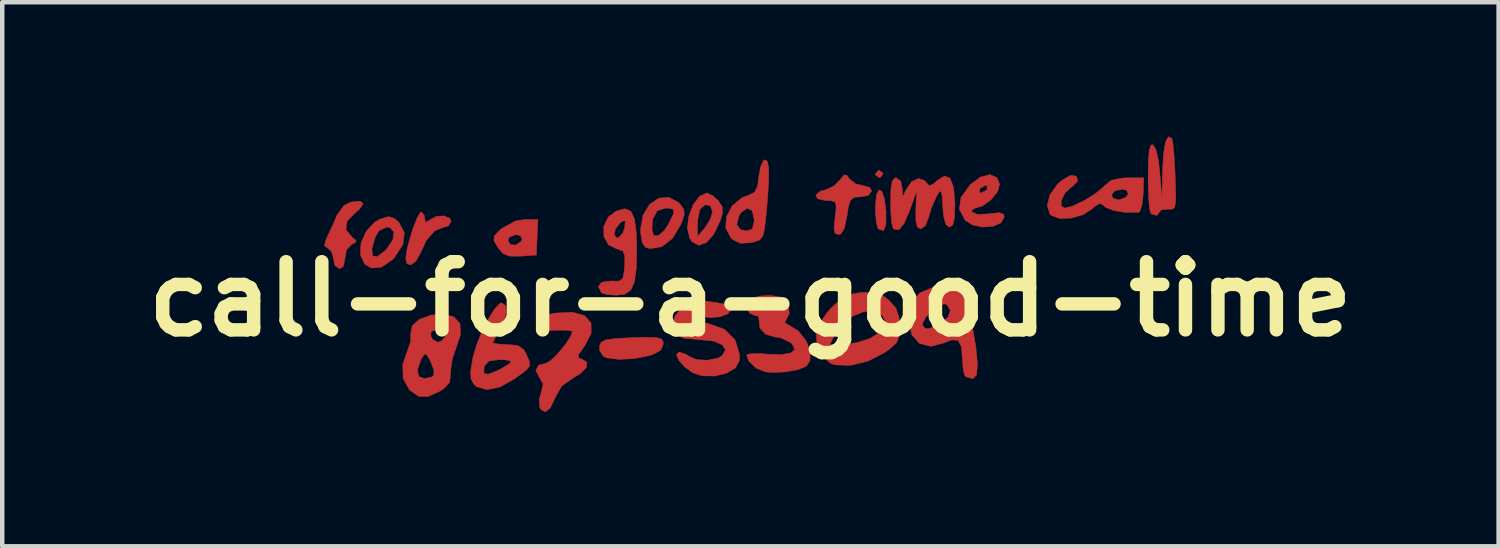
<source format=kicad_pcb>
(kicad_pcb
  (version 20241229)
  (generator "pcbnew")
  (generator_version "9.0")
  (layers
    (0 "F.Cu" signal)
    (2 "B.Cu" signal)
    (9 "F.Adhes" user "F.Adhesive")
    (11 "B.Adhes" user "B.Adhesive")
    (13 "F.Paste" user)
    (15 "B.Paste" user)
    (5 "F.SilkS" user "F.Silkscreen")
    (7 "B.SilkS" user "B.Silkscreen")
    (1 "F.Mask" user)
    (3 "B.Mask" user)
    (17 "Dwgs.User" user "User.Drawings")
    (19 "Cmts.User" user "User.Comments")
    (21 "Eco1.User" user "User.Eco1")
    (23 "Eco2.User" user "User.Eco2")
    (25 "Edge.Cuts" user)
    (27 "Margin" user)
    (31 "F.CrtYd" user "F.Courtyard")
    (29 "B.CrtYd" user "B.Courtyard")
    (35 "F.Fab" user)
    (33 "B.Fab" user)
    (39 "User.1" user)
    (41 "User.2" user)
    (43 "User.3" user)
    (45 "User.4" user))
  (footprint "call-for-a-good-time"
    (layer "F.Cu")
    (at 13.723 3.634)
    (property "Reference" "call-for-a-good-time" (at 0 0 0) (layer "F.SilkS") (effects (font (size 1.524 1.524) (thickness 0.3))))
    (attr through_hole)
    (fp_poly (pts (xy 2.961 -2.814) (xy 2.963 -2.794) (xy 2.899 -2.712) (xy 2.879 -2.709) (xy 2.796 -2.774) (xy 2.794 -2.794) (xy 2.858 -2.876) (xy 2.879 -2.879) (xy 2.961 -2.814)) (stroke (width 0.01) (type solid)) (fill yes) (layer "F.Cu"))
    (fp_poly (pts (xy 2.936 -2.41) (xy 2.996 -2.239) (xy 3.031 -1.962) (xy 3.029 -1.666) (xy 2.978 -1.531) (xy 2.877 -1.556) (xy 2.85 -1.58) (xy 2.818 -1.692) (xy 2.797 -1.911) (xy 2.794 -2.053) (xy 2.816 -2.324) (xy 2.869 -2.441) (xy 2.936 -2.41)) (stroke (width 0.01) (type solid)) (fill yes) (layer "F.Cu"))
    (fp_poly (pts (xy -2.095 0.863) (xy -1.989 0.893) (xy -1.951 0.954) (xy -1.947 1.009) (xy -2.003 1.144) (xy -2.189 1.243) (xy -2.265 1.266) (xy -2.608 1.332) (xy -2.942 1.349) (xy -3.204 1.316) (xy -3.289 1.28) (xy -3.371 1.146) (xy -3.373 1.048) (xy -3.337 0.968) (xy -3.243 0.917) (xy -3.056 0.887) (xy -2.743 0.868) (xy -2.645 0.864) (xy -2.302 0.855) (xy -2.095 0.863)) (stroke (width 0.01) (type solid)) (fill yes) (layer "F.Cu"))
    (fp_poly (pts (xy -7.293 -1.878) (xy -7.281 -1.803) (xy -7.258 -1.71) (xy -7.18 -1.761) (xy -7.025 -1.845) (xy -6.848 -1.858) (xy -6.717 -1.803) (xy -6.689 -1.736) (xy -6.758 -1.63) (xy -6.845 -1.609) (xy -7.053 -1.529) (xy -7.244 -1.309) (xy -7.373 -1.032) (xy -7.472 -0.853) (xy -7.586 -0.766) (xy -7.677 -0.789) (xy -7.705 -0.897) (xy -7.68 -1.082) (xy -7.619 -1.329) (xy -7.537 -1.588) (xy -7.452 -1.807) (xy -7.381 -1.934) (xy -7.36 -1.947) (xy -7.293 -1.878)) (stroke (width 0.01) (type solid)) (fill yes) (layer "F.Cu"))
    (fp_poly (pts (xy -4.767 -1.38) (xy -4.784 -0.982) (xy -5.142 -0.958) (xy -5.387 -0.959) (xy -5.536 -1.021) (xy -5.646 -1.155) (xy -5.733 -1.306) (xy -5.419 -1.306) (xy -5.361 -1.214) (xy -5.238 -1.209) (xy -5.125 -1.287) (xy -5.101 -1.333) (xy -5.14 -1.419) (xy -5.242 -1.439) (xy -5.388 -1.386) (xy -5.419 -1.306) (xy -5.733 -1.306) (xy -5.734 -1.309) (xy -5.724 -1.413) (xy -5.601 -1.54) (xy -5.558 -1.577) (xy -5.251 -1.745) (xy -5.037 -1.778) (xy -4.749 -1.778) (xy -4.767 -1.38)) (stroke (width 0.01) (type solid)) (fill yes) (layer "F.Cu"))
    (fp_poly (pts (xy -8.655 -2.129) (xy -8.741 -2.003) (xy -8.827 -1.933) (xy -9.017 -1.738) (xy -9.041 -1.552) (xy -8.911 -1.391) (xy -8.809 -1.302) (xy -8.847 -1.251) (xy -8.911 -1.225) (xy -9.031 -1.093) (xy -9.059 -0.922) (xy -9.098 -0.727) (xy -9.186 -0.677) (xy -9.289 -0.75) (xy -9.313 -0.88) (xy -9.36 -1.055) (xy -9.438 -1.131) (xy -9.516 -1.186) (xy -9.501 -1.294) (xy -9.446 -1.415) (xy -9.326 -1.673) (xy -9.239 -1.881) (xy -9.086 -2.088) (xy -8.931 -2.167) (xy -8.721 -2.189) (xy -8.655 -2.129)) (stroke (width 0.01) (type solid)) (fill yes) (layer "F.Cu"))
    (fp_poly (pts (xy -0.845 -2.313) (xy -0.723 -2.205) (xy -0.627 -2.06) (xy -0.629 -1.896) (xy -0.669 -1.766) (xy -0.816 -1.452) (xy -0.986 -1.26) (xy -1.157 -1.201) (xy -1.309 -1.287) (xy -1.357 -1.36) (xy -1.409 -1.586) (xy -1.405 -1.623) (xy -1.183 -1.623) (xy -1.18 -1.397) (xy -1.013 -1.597) (xy -0.892 -1.792) (xy -0.847 -1.957) (xy -0.901 -2.088) (xy -1.017 -2.106) (xy -1.124 -2.006) (xy -1.134 -1.983) (xy -1.173 -1.796) (xy -1.183 -1.623) (xy -1.405 -1.623) (xy -1.376 -1.853) (xy -1.279 -2.108) (xy -1.136 -2.298) (xy -0.974 -2.371) (xy -0.845 -2.313)) (stroke (width 0.01) (type solid)) (fill yes) (layer "F.Cu"))
    (fp_poly (pts (xy -7.953 -1.799) (xy -7.857 -1.714) (xy -7.735 -1.486) (xy -7.767 -1.22) (xy -7.949 -0.936) (xy -8.001 -0.882) (xy -8.245 -0.712) (xy -8.474 -0.693) (xy -8.619 -0.779) (xy -8.718 -0.986) (xy -8.711 -1.117) (xy -8.461 -1.117) (xy -8.444 -0.965) (xy -8.344 -0.947) (xy -8.172 -1.075) (xy -8.131 -1.117) (xy -7.992 -1.323) (xy -7.966 -1.495) (xy -8.053 -1.596) (xy -8.13 -1.609) (xy -8.299 -1.531) (xy -8.384 -1.391) (xy -8.461 -1.117) (xy -8.711 -1.117) (xy -8.704 -1.246) (xy -8.592 -1.507) (xy -8.402 -1.715) (xy -8.28 -1.785) (xy -8.088 -1.843) (xy -7.953 -1.799)) (stroke (width 0.01) (type solid)) (fill yes) (layer "F.Cu"))
    (fp_poly (pts (xy 2.16 -2.764) (xy 2.209 -2.688) (xy 2.354 -2.573) (xy 2.502 -2.54) (xy 2.669 -2.495) (xy 2.709 -2.413) (xy 2.634 -2.312) (xy 2.463 -2.286) (xy 2.316 -2.273) (xy 2.234 -2.205) (xy 2.186 -2.039) (xy 2.159 -1.863) (xy 2.101 -1.584) (xy 2.022 -1.455) (xy 1.97 -1.439) (xy 1.892 -1.471) (xy 1.87 -1.591) (xy 1.892 -1.82) (xy 1.919 -2.054) (xy 1.897 -2.165) (xy 1.803 -2.199) (xy 1.685 -2.201) (xy 1.502 -2.24) (xy 1.462 -2.326) (xy 1.565 -2.411) (xy 1.678 -2.44) (xy 1.866 -2.527) (xy 1.993 -2.652) (xy 2.095 -2.775) (xy 2.16 -2.764)) (stroke (width 0.01) (type solid)) (fill yes) (layer "F.Cu"))
    (fp_poly (pts (xy -1.607 -2.159) (xy -1.575 -2.126) (xy -1.485 -2.001) (xy -1.481 -1.871) (xy -1.552 -1.671) (xy -1.741 -1.357) (xy -1.979 -1.17) (xy -2.24 -1.128) (xy -2.349 -1.157) (xy -2.418 -1.265) (xy -2.454 -1.487) (xy -2.455 -1.559) (xy -2.455 -1.562) (xy -2.201 -1.562) (xy -2.161 -1.421) (xy -2.06 -1.413) (xy -1.926 -1.529) (xy -1.817 -1.699) (xy -1.72 -1.904) (xy -1.714 -2.001) (xy -1.811 -2.03) (xy -1.896 -2.032) (xy -2.083 -1.974) (xy -2.181 -1.789) (xy -2.201 -1.562) (xy -2.455 -1.562) (xy -2.4 -1.874) (xy -2.255 -2.112) (xy -2.053 -2.253) (xy -1.826 -2.275) (xy -1.607 -2.159)) (stroke (width 0.01) (type solid)) (fill yes) (layer "F.Cu"))
    (fp_poly (pts (xy 9.419 -3.589) (xy 9.425 -3.579) (xy 9.445 -3.47) (xy 9.467 -3.234) (xy 9.487 -2.914) (xy 9.494 -2.752) (xy 9.507 -2.391) (xy 9.505 -2.168) (xy 9.482 -2.051) (xy 9.431 -2.009) (xy 9.345 -2.009) (xy 9.335 -2.01) (xy 9.187 -1.994) (xy 9.144 -1.946) (xy 9.088 -1.868) (xy 8.972 -1.897) (xy 8.946 -1.919) (xy 8.921 -2.024) (xy 8.902 -2.256) (xy 8.891 -2.574) (xy 8.89 -2.731) (xy 8.896 -3.108) (xy 8.917 -3.338) (xy 8.956 -3.442) (xy 8.996 -3.451) (xy 9.062 -3.348) (xy 9.118 -3.106) (xy 9.15 -2.83) (xy 9.199 -2.244) (xy 9.214 -2.895) (xy 9.236 -3.266) (xy 9.281 -3.516) (xy 9.343 -3.629) (xy 9.419 -3.589)) (stroke (width 0.01) (type solid)) (fill yes) (layer "F.Cu"))
    (fp_poly (pts (xy 5.51 -2.713) (xy 5.571 -2.571) (xy 5.524 -2.398) (xy 5.374 -2.215) (xy 5.179 -2.076) (xy 5.021 -2.032) (xy 4.945 -1.985) (xy 4.957 -1.941) (xy 5.079 -1.891) (xy 5.32 -1.903) (xy 5.343 -1.906) (xy 5.562 -1.93) (xy 5.658 -1.895) (xy 5.673 -1.837) (xy 5.601 -1.704) (xy 5.422 -1.626) (xy 5.191 -1.609) (xy 4.962 -1.657) (xy 4.797 -1.764) (xy 4.67 -2.009) (xy 4.709 -2.275) (xy 4.84 -2.455) (xy 5.122 -2.455) (xy 5.126 -2.377) (xy 5.155 -2.371) (xy 5.274 -2.432) (xy 5.292 -2.455) (xy 5.288 -2.533) (xy 5.259 -2.54) (xy 5.14 -2.478) (xy 5.122 -2.455) (xy 4.84 -2.455) (xy 4.91 -2.552) (xy 5.143 -2.726) (xy 5.354 -2.78) (xy 5.51 -2.713)) (stroke (width 0.01) (type solid)) (fill yes) (layer "F.Cu"))
    (fp_poly (pts (xy 0.377 -3.083) (xy 0.408 -2.938) (xy 0.41 -2.663) (xy 0.384 -2.245) (xy 0.35 -1.866) (xy 0.317 -1.571) (xy 0.276 -1.402) (xy 0.202 -1.317) (xy 0.073 -1.274) (xy 0.012 -1.261) (xy -0.226 -1.245) (xy -0.4 -1.333) (xy -0.44 -1.371) (xy -0.552 -1.588) (xy -0.548 -1.662) (xy -0.306 -1.662) (xy -0.215 -1.547) (xy -0.08 -1.524) (xy 0.041 -1.566) (xy 0.083 -1.721) (xy 0.085 -1.778) (xy 0.039 -1.976) (xy -0.072 -2.032) (xy -0.208 -1.935) (xy -0.255 -1.861) (xy -0.306 -1.662) (xy -0.548 -1.662) (xy -0.536 -1.839) (xy -0.41 -2.079) (xy -0.193 -2.262) (xy -0.041 -2.321) (xy 0.093 -2.386) (xy 0.161 -2.527) (xy 0.186 -2.724) (xy 0.225 -2.951) (xy 0.292 -3.094) (xy 0.318 -3.112) (xy 0.377 -3.083)) (stroke (width 0.01) (type solid)) (fill yes) (layer "F.Cu"))
    (fp_poly (pts (xy 2.926 -0.099) (xy 3.088 0.019) (xy 3.254 0.204) (xy 3.325 0.426) (xy 3.336 0.594) (xy 3.328 0.826) (xy 3.266 0.978) (xy 3.113 1.117) (xy 2.997 1.198) (xy 2.63 1.387) (xy 2.247 1.482) (xy 1.906 1.473) (xy 1.798 1.44) (xy 1.607 1.278) (xy 1.488 1.022) (xy 1.488 1.016) (xy 1.774 1.016) (xy 2.081 1.016) (xy 2.374 0.977) (xy 2.668 0.883) (xy 2.683 0.876) (xy 2.94 0.715) (xy 3.032 0.552) (xy 2.962 0.38) (xy 2.776 0.274) (xy 2.529 0.283) (xy 2.265 0.392) (xy 2.031 0.583) (xy 1.904 0.763) (xy 1.774 1.016) (xy 1.488 1.016) (xy 1.471 0.741) (xy 1.48 0.698) (xy 1.566 0.516) (xy 1.726 0.29) (xy 1.805 0.199) (xy 2.042 -0.013) (xy 2.296 -0.117) (xy 2.464 -0.145) (xy 2.735 -0.156) (xy 2.926 -0.099)) (stroke (width 0.01) (type solid)) (fill yes) (layer "F.Cu"))
    (fp_poly (pts (xy 0.661 -0.049) (xy 0.726 -0.02) (xy 0.851 0.14) (xy 0.868 0.329) (xy 0.819 0.424) (xy 0.768 0.523) (xy 0.842 0.573) (xy 1.071 0.715) (xy 1.243 0.928) (xy 1.336 1.165) (xy 1.331 1.381) (xy 1.249 1.502) (xy 1.069 1.577) (xy 0.794 1.628) (xy 0.497 1.642) (xy 0.339 1.629) (xy 0.128 1.544) (xy -0.033 1.391) (xy -0.085 1.253) (xy -0.009 1.223) (xy 0.186 1.218) (xy 0.36 1.231) (xy 0.69 1.243) (xy 0.907 1.204) (xy 0.994 1.123) (xy 0.934 1.006) (xy 0.894 0.972) (xy 0.687 0.871) (xy 0.545 0.847) (xy 0.344 0.789) (xy 0.211 0.65) (xy 0.194 0.482) (xy 0.195 0.477) (xy 0.176 0.382) (xy 0.102 0.37) (xy -0.021 0.315) (xy -0.072 0.176) (xy -0.032 0.032) (xy 0.013 -0.01) (xy 0.196 -0.066) (xy 0.443 -0.079) (xy 0.661 -0.049)) (stroke (width 0.01) (type solid)) (fill yes) (layer "F.Cu"))
    (fp_poly (pts (xy -3.705 0.373) (xy -3.562 0.535) (xy -3.559 0.767) (xy -3.707 1.053) (xy -3.733 1.087) (xy -3.843 1.242) (xy -3.844 1.314) (xy -3.776 1.34) (xy -3.653 1.413) (xy -3.668 1.534) (xy -3.809 1.674) (xy -3.952 1.756) (xy -4.223 1.95) (xy -4.36 2.196) (xy -4.467 2.426) (xy -4.581 2.522) (xy -4.681 2.472) (xy -4.71 2.415) (xy -4.718 2.233) (xy -4.675 2.08) (xy -4.632 1.897) (xy -4.716 1.755) (xy -4.797 1.596) (xy -4.729 1.476) (xy -4.578 1.439) (xy -4.463 1.376) (xy -4.303 1.219) (xy -4.14 1.022) (xy -4.018 0.834) (xy -3.979 0.722) (xy -4.055 0.701) (xy -4.248 0.695) (xy -4.381 0.699) (xy -4.626 0.703) (xy -4.746 0.67) (xy -4.782 0.586) (xy -4.784 0.552) (xy -4.75 0.444) (xy -4.625 0.372) (xy -4.369 0.315) (xy -4.363 0.314) (xy -3.976 0.295) (xy -3.705 0.373)) (stroke (width 0.01) (type solid)) (fill yes) (layer "F.Cu"))
    (fp_poly (pts (xy -2.675 -1.966) (xy -2.591 -1.791) (xy -2.549 -1.477) (xy -2.54 -1.127) (xy -2.551 -0.683) (xy -2.592 -0.382) (xy -2.673 -0.199) (xy -2.807 -0.108) (xy -2.995 -0.085) (xy -3.203 -0.1) (xy -3.327 -0.138) (xy -3.33 -0.141) (xy -3.399 -0.279) (xy -3.322 -0.376) (xy -3.123 -0.403) (xy -3.111 -0.402) (xy -2.937 -0.4) (xy -2.853 -0.458) (xy -2.82 -0.621) (xy -2.811 -0.734) (xy -2.806 -0.962) (xy -2.849 -1.072) (xy -2.962 -1.114) (xy -2.971 -1.115) (xy -3.173 -1.213) (xy -3.276 -1.4) (xy -3.276 -1.439) (xy -3.045 -1.439) (xy -2.995 -1.37) (xy -2.942 -1.375) (xy -2.849 -1.478) (xy -2.807 -1.611) (xy -2.8 -1.748) (xy -2.858 -1.742) (xy -2.913 -1.7) (xy -3.016 -1.568) (xy -3.045 -1.439) (xy -3.276 -1.439) (xy -3.278 -1.623) (xy -3.176 -1.832) (xy -3.006 -1.963) (xy -2.81 -2.018) (xy -2.675 -1.966)) (stroke (width 0.01) (type solid)) (fill yes) (layer "F.Cu"))
    (fp_poly (pts (xy -5.468 0.15) (xy -5.457 0.318) (xy -5.53 0.547) (xy -5.579 0.639) (xy -5.69 0.835) (xy -5.752 0.962) (xy -5.757 0.979) (xy -5.682 1.002) (xy -5.496 1.015) (xy -5.432 1.016) (xy -5.199 1.039) (xy -5.068 1.128) (xy -5.009 1.232) (xy -4.94 1.389) (xy -4.932 1.491) (xy -5.006 1.586) (xy -5.186 1.722) (xy -5.262 1.777) (xy -5.596 1.965) (xy -5.892 2.026) (xy -6.123 1.957) (xy -6.186 1.898) (xy -6.246 1.781) (xy -6.25 1.656) (xy -5.958 1.656) (xy -5.869 1.682) (xy -5.667 1.606) (xy -5.584 1.564) (xy -5.39 1.451) (xy -5.356 1.385) (xy -5.485 1.358) (xy -5.62 1.355) (xy -5.838 1.384) (xy -5.94 1.488) (xy -5.951 1.524) (xy -5.958 1.656) (xy -6.25 1.656) (xy -6.252 1.606) (xy -6.205 1.322) (xy -6.2 1.298) (xy -6.119 1.022) (xy -5.996 0.721) (xy -5.853 0.438) (xy -5.712 0.215) (xy -5.596 0.095) (xy -5.564 0.085) (xy -5.468 0.15)) (stroke (width 0.01) (type solid)) (fill yes) (layer "F.Cu"))
    (fp_poly (pts (xy -0.898 0.059) (xy -0.583 0.112) (xy -0.435 0.187) (xy -0.423 0.222) (xy -0.497 0.325) (xy -0.677 0.396) (xy -0.9 0.416) (xy -1.017 0.398) (xy -1.172 0.392) (xy -1.228 0.424) (xy -1.182 0.479) (xy -1.015 0.534) (xy -0.941 0.549) (xy -0.579 0.677) (xy -0.343 0.91) (xy -0.244 1.236) (xy -0.244 1.373) (xy -0.331 1.537) (xy -0.534 1.658) (xy -0.801 1.722) (xy -1.082 1.716) (xy -1.289 1.647) (xy -1.469 1.518) (xy -1.599 1.372) (xy -1.653 1.248) (xy -1.606 1.187) (xy -1.586 1.185) (xy -1.427 1.241) (xy -1.383 1.275) (xy -1.21 1.352) (xy -0.964 1.368) (xy -0.73 1.322) (xy -0.634 1.269) (xy -0.557 1.14) (xy -0.626 1.025) (xy -0.816 0.942) (xy -1.103 0.91) (xy -1.115 0.91) (xy -1.486 0.876) (xy -1.705 0.773) (xy -1.771 0.606) (xy -1.681 0.378) (xy -1.572 0.238) (xy -1.442 0.109) (xy -1.309 0.048) (xy -1.113 0.041) (xy -0.898 0.059)) (stroke (width 0.01) (type solid)) (fill yes) (layer "F.Cu"))
    (fp_poly (pts (xy 4.54 -0.272) (xy 4.735 -0.223) (xy 4.825 -0.146) (xy 4.826 -0.137) (xy 4.841 -0.042) (xy 4.88 0.177) (xy 4.936 0.477) (xy 4.953 0.564) (xy 5.042 1.093) (xy 5.076 1.467) (xy 5.055 1.693) (xy 4.979 1.777) (xy 4.967 1.778) (xy 4.823 1.74) (xy 4.798 1.722) (xy 4.76 1.606) (xy 4.741 1.397) (xy 4.74 1.362) (xy 4.718 1.069) (xy 4.643 0.925) (xy 4.497 0.913) (xy 4.334 0.978) (xy 4.03 1.059) (xy 3.779 0.992) (xy 3.607 0.795) (xy 3.552 0.542) (xy 3.848 0.542) (xy 3.853 0.593) (xy 3.91 0.661) (xy 3.994 0.662) (xy 4.156 0.59) (xy 4.243 0.545) (xy 4.416 0.405) (xy 4.47 0.252) (xy 4.395 0.131) (xy 4.342 0.107) (xy 4.219 0.137) (xy 4.063 0.253) (xy 3.922 0.404) (xy 3.848 0.542) (xy 3.552 0.542) (xy 3.54 0.487) (xy 3.543 0.393) (xy 3.613 0.07) (xy 3.785 -0.136) (xy 4.057 -0.252) (xy 4.295 -0.285) (xy 4.54 -0.272)) (stroke (width 0.01) (type solid)) (fill yes) (layer "F.Cu"))
    (fp_poly (pts (xy 4.463 -2.7) (xy 4.542 -2.493) (xy 4.572 -2.134) (xy 4.572 -2.106) (xy 4.561 -1.812) (xy 4.524 -1.656) (xy 4.453 -1.609) (xy 4.449 -1.609) (xy 4.368 -1.666) (xy 4.319 -1.854) (xy 4.301 -2.053) (xy 4.284 -2.306) (xy 4.261 -2.411) (xy 4.219 -2.391) (xy 4.155 -2.286) (xy 4.046 -2.037) (xy 3.982 -1.82) (xy 3.909 -1.639) (xy 3.807 -1.566) (xy 3.731 -1.61) (xy 3.698 -1.763) (xy 3.698 -1.99) (xy 3.714 -2.413) (xy 3.566 -1.995) (xy 3.438 -1.692) (xy 3.321 -1.55) (xy 3.21 -1.561) (xy 3.191 -1.579) (xy 3.161 -1.688) (xy 3.14 -1.915) (xy 3.133 -2.173) (xy 3.142 -2.477) (xy 3.173 -2.645) (xy 3.235 -2.707) (xy 3.26 -2.709) (xy 3.362 -2.634) (xy 3.392 -2.477) (xy 3.4 -2.32) (xy 3.426 -2.322) (xy 3.475 -2.436) (xy 3.6 -2.62) (xy 3.757 -2.695) (xy 3.898 -2.643) (xy 3.923 -2.61) (xy 3.999 -2.532) (xy 4.093 -2.573) (xy 4.167 -2.643) (xy 4.337 -2.751) (xy 4.463 -2.7)) (stroke (width 0.01) (type solid)) (fill yes) (layer "F.Cu"))
    (fp_poly (pts (xy -6.64 0.391) (xy -6.492 0.545) (xy -6.48 0.796) (xy -6.57 1.065) (xy -6.662 1.34) (xy -6.701 1.602) (xy -6.7 1.651) (xy -6.721 1.856) (xy -6.85 2.002) (xy -6.93 2.054) (xy -7.205 2.179) (xy -7.418 2.173) (xy -7.616 2.036) (xy -7.62 2.032) (xy -7.762 1.778) (xy -7.767 1.579) (xy -7.444 1.579) (xy -7.411 1.732) (xy -7.286 1.778) (xy -7.127 1.743) (xy -7.075 1.702) (xy -7.077 1.58) (xy -7.147 1.397) (xy -7.234 1.245) (xy -7.291 1.233) (xy -7.358 1.34) (xy -7.444 1.579) (xy -7.767 1.579) (xy -7.77 1.459) (xy -7.669 1.168) (xy -7.595 0.95) (xy -7.593 0.835) (xy -7.142 0.835) (xy -7.1 0.903) (xy -6.985 0.972) (xy -6.889 0.922) (xy -6.789 0.802) (xy -6.773 0.752) (xy -6.841 0.693) (xy -6.985 0.68) (xy -7.12 0.717) (xy -7.139 0.733) (xy -7.142 0.835) (xy -7.593 0.835) (xy -7.592 0.776) (xy -7.561 0.6) (xy -7.398 0.453) (xy -7.138 0.36) (xy -6.922 0.339) (xy -6.64 0.391)) (stroke (width 0.01) (type solid)) (fill yes) (layer "F.Cu"))
    (fp_poly (pts (xy 7.276 -2.747) (xy 7.291 -2.734) (xy 7.317 -2.638) (xy 7.199 -2.52) (xy 7.163 -2.496) (xy 7.025 -2.359) (xy 6.948 -2.201) (xy 6.949 -2.075) (xy 7.024 -2.032) (xy 7.208 -2.08) (xy 7.457 -2.198) (xy 7.664 -2.325) (xy 8.072 -2.325) (xy 8.105 -2.253) (xy 8.242 -2.214) (xy 8.39 -2.274) (xy 8.446 -2.349) (xy 8.407 -2.435) (xy 8.309 -2.455) (xy 8.14 -2.416) (xy 8.072 -2.325) (xy 7.664 -2.325) (xy 7.704 -2.35) (xy 7.885 -2.5) (xy 7.901 -2.519) (xy 8.064 -2.653) (xy 8.299 -2.705) (xy 8.424 -2.709) (xy 8.792 -2.709) (xy 8.778 -2.328) (xy 8.752 -2.099) (xy 8.704 -1.958) (xy 8.678 -1.939) (xy 8.391 -1.936) (xy 8.123 -1.977) (xy 7.94 -2.049) (xy 7.91 -2.076) (xy 7.823 -2.14) (xy 7.714 -2.085) (xy 7.647 -2.022) (xy 7.434 -1.884) (xy 7.167 -1.808) (xy 6.908 -1.801) (xy 6.72 -1.871) (xy 6.698 -1.893) (xy 6.635 -2.09) (xy 6.696 -2.331) (xy 6.865 -2.567) (xy 6.969 -2.657) (xy 7.156 -2.765) (xy 7.276 -2.747)) (stroke (width 0.01) (type solid)) (fill yes) (layer "F.Cu"))
    (fp_poly (pts (xy 2.961 -2.814) (xy 2.963 -2.794) (xy 2.899 -2.712) (xy 2.879 -2.709) (xy 2.796 -2.774) (xy 2.794 -2.794) (xy 2.858 -2.876) (xy 2.879 -2.879) (xy 2.961 -2.814)) (stroke (width 0.01) (type solid)) (fill yes) (layer "F.Mask"))
    (fp_poly (pts (xy 2.936 -2.41) (xy 2.996 -2.239) (xy 3.031 -1.962) (xy 3.029 -1.666) (xy 2.978 -1.531) (xy 2.877 -1.556) (xy 2.85 -1.58) (xy 2.818 -1.692) (xy 2.797 -1.911) (xy 2.794 -2.053) (xy 2.816 -2.324) (xy 2.869 -2.441) (xy 2.936 -2.41)) (stroke (width 0.01) (type solid)) (fill yes) (layer "F.Mask"))
    (fp_poly (pts (xy -2.095 0.863) (xy -1.989 0.893) (xy -1.951 0.954) (xy -1.947 1.009) (xy -2.003 1.144) (xy -2.189 1.243) (xy -2.265 1.266) (xy -2.608 1.332) (xy -2.942 1.349) (xy -3.204 1.316) (xy -3.289 1.28) (xy -3.371 1.146) (xy -3.373 1.048) (xy -3.337 0.968) (xy -3.243 0.917) (xy -3.056 0.887) (xy -2.743 0.868) (xy -2.645 0.864) (xy -2.302 0.855) (xy -2.095 0.863)) (stroke (width 0.01) (type solid)) (fill yes) (layer "F.Mask"))
    (fp_poly (pts (xy -7.293 -1.878) (xy -7.281 -1.803) (xy -7.258 -1.71) (xy -7.18 -1.761) (xy -7.025 -1.845) (xy -6.848 -1.858) (xy -6.717 -1.803) (xy -6.689 -1.736) (xy -6.758 -1.63) (xy -6.845 -1.609) (xy -7.053 -1.529) (xy -7.244 -1.309) (xy -7.373 -1.032) (xy -7.472 -0.853) (xy -7.586 -0.766) (xy -7.677 -0.789) (xy -7.705 -0.897) (xy -7.68 -1.082) (xy -7.619 -1.329) (xy -7.537 -1.588) (xy -7.452 -1.807) (xy -7.381 -1.934) (xy -7.36 -1.947) (xy -7.293 -1.878)) (stroke (width 0.01) (type solid)) (fill yes) (layer "F.Mask"))
    (fp_poly (pts (xy -4.767 -1.38) (xy -4.784 -0.982) (xy -5.142 -0.958) (xy -5.387 -0.959) (xy -5.536 -1.021) (xy -5.646 -1.155) (xy -5.733 -1.306) (xy -5.419 -1.306) (xy -5.361 -1.214) (xy -5.238 -1.209) (xy -5.125 -1.287) (xy -5.101 -1.333) (xy -5.14 -1.419) (xy -5.242 -1.439) (xy -5.388 -1.386) (xy -5.419 -1.306) (xy -5.733 -1.306) (xy -5.734 -1.309) (xy -5.724 -1.413) (xy -5.601 -1.54) (xy -5.558 -1.577) (xy -5.251 -1.745) (xy -5.037 -1.778) (xy -4.749 -1.778) (xy -4.767 -1.38)) (stroke (width 0.01) (type solid)) (fill yes) (layer "F.Mask"))
    (fp_poly (pts (xy -8.655 -2.129) (xy -8.741 -2.003) (xy -8.827 -1.933) (xy -9.017 -1.738) (xy -9.041 -1.552) (xy -8.911 -1.391) (xy -8.809 -1.302) (xy -8.847 -1.251) (xy -8.911 -1.225) (xy -9.031 -1.093) (xy -9.059 -0.922) (xy -9.098 -0.727) (xy -9.186 -0.677) (xy -9.289 -0.75) (xy -9.313 -0.88) (xy -9.36 -1.055) (xy -9.438 -1.131) (xy -9.516 -1.186) (xy -9.501 -1.294) (xy -9.446 -1.415) (xy -9.326 -1.673) (xy -9.239 -1.881) (xy -9.086 -2.088) (xy -8.931 -2.167) (xy -8.721 -2.189) (xy -8.655 -2.129)) (stroke (width 0.01) (type solid)) (fill yes) (layer "F.Mask"))
    (fp_poly (pts (xy -0.845 -2.313) (xy -0.723 -2.205) (xy -0.627 -2.06) (xy -0.629 -1.896) (xy -0.669 -1.766) (xy -0.816 -1.452) (xy -0.986 -1.26) (xy -1.157 -1.201) (xy -1.309 -1.287) (xy -1.357 -1.36) (xy -1.409 -1.586) (xy -1.405 -1.623) (xy -1.183 -1.623) (xy -1.18 -1.397) (xy -1.013 -1.597) (xy -0.892 -1.792) (xy -0.847 -1.957) (xy -0.901 -2.088) (xy -1.017 -2.106) (xy -1.124 -2.006) (xy -1.134 -1.983) (xy -1.173 -1.796) (xy -1.183 -1.623) (xy -1.405 -1.623) (xy -1.376 -1.853) (xy -1.279 -2.108) (xy -1.136 -2.298) (xy -0.974 -2.371) (xy -0.845 -2.313)) (stroke (width 0.01) (type solid)) (fill yes) (layer "F.Mask"))
    (fp_poly (pts (xy -7.953 -1.799) (xy -7.857 -1.714) (xy -7.735 -1.486) (xy -7.767 -1.22) (xy -7.949 -0.936) (xy -8.001 -0.882) (xy -8.245 -0.712) (xy -8.474 -0.693) (xy -8.619 -0.779) (xy -8.718 -0.986) (xy -8.711 -1.117) (xy -8.461 -1.117) (xy -8.444 -0.965) (xy -8.344 -0.947) (xy -8.172 -1.075) (xy -8.131 -1.117) (xy -7.992 -1.323) (xy -7.966 -1.495) (xy -8.053 -1.596) (xy -8.13 -1.609) (xy -8.299 -1.531) (xy -8.384 -1.391) (xy -8.461 -1.117) (xy -8.711 -1.117) (xy -8.704 -1.246) (xy -8.592 -1.507) (xy -8.402 -1.715) (xy -8.28 -1.785) (xy -8.088 -1.843) (xy -7.953 -1.799)) (stroke (width 0.01) (type solid)) (fill yes) (layer "F.Mask"))
    (fp_poly (pts (xy 2.16 -2.764) (xy 2.209 -2.688) (xy 2.354 -2.573) (xy 2.502 -2.54) (xy 2.669 -2.495) (xy 2.709 -2.413) (xy 2.634 -2.312) (xy 2.463 -2.286) (xy 2.316 -2.273) (xy 2.234 -2.205) (xy 2.186 -2.039) (xy 2.159 -1.863) (xy 2.101 -1.584) (xy 2.022 -1.455) (xy 1.97 -1.439) (xy 1.892 -1.471) (xy 1.87 -1.591) (xy 1.892 -1.82) (xy 1.919 -2.054) (xy 1.897 -2.165) (xy 1.803 -2.199) (xy 1.685 -2.201) (xy 1.502 -2.24) (xy 1.462 -2.326) (xy 1.565 -2.411) (xy 1.678 -2.44) (xy 1.866 -2.527) (xy 1.993 -2.652) (xy 2.095 -2.775) (xy 2.16 -2.764)) (stroke (width 0.01) (type solid)) (fill yes) (layer "F.Mask"))
    (fp_poly (pts (xy -1.607 -2.159) (xy -1.575 -2.126) (xy -1.485 -2.001) (xy -1.481 -1.871) (xy -1.552 -1.671) (xy -1.741 -1.357) (xy -1.979 -1.17) (xy -2.24 -1.128) (xy -2.349 -1.157) (xy -2.418 -1.265) (xy -2.454 -1.487) (xy -2.455 -1.559) (xy -2.455 -1.562) (xy -2.201 -1.562) (xy -2.161 -1.421) (xy -2.06 -1.413) (xy -1.926 -1.529) (xy -1.817 -1.699) (xy -1.72 -1.904) (xy -1.714 -2.001) (xy -1.811 -2.03) (xy -1.896 -2.032) (xy -2.083 -1.974) (xy -2.181 -1.789) (xy -2.201 -1.562) (xy -2.455 -1.562) (xy -2.4 -1.874) (xy -2.255 -2.112) (xy -2.053 -2.253) (xy -1.826 -2.275) (xy -1.607 -2.159)) (stroke (width 0.01) (type solid)) (fill yes) (layer "F.Mask"))
    (fp_poly (pts (xy 9.419 -3.589) (xy 9.425 -3.579) (xy 9.445 -3.47) (xy 9.467 -3.234) (xy 9.487 -2.914) (xy 9.494 -2.752) (xy 9.507 -2.391) (xy 9.505 -2.168) (xy 9.482 -2.051) (xy 9.431 -2.009) (xy 9.345 -2.009) (xy 9.335 -2.01) (xy 9.187 -1.994) (xy 9.144 -1.946) (xy 9.088 -1.868) (xy 8.972 -1.897) (xy 8.946 -1.919) (xy 8.921 -2.024) (xy 8.902 -2.256) (xy 8.891 -2.574) (xy 8.89 -2.731) (xy 8.896 -3.108) (xy 8.917 -3.338) (xy 8.956 -3.442) (xy 8.996 -3.451) (xy 9.062 -3.348) (xy 9.118 -3.106) (xy 9.15 -2.83) (xy 9.199 -2.244) (xy 9.214 -2.895) (xy 9.236 -3.266) (xy 9.281 -3.516) (xy 9.343 -3.629) (xy 9.419 -3.589)) (stroke (width 0.01) (type solid)) (fill yes) (layer "F.Mask"))
    (fp_poly (pts (xy 5.51 -2.713) (xy 5.571 -2.571) (xy 5.524 -2.398) (xy 5.374 -2.215) (xy 5.179 -2.076) (xy 5.021 -2.032) (xy 4.945 -1.985) (xy 4.957 -1.941) (xy 5.079 -1.891) (xy 5.32 -1.903) (xy 5.343 -1.906) (xy 5.562 -1.93) (xy 5.658 -1.895) (xy 5.673 -1.837) (xy 5.601 -1.704) (xy 5.422 -1.626) (xy 5.191 -1.609) (xy 4.962 -1.657) (xy 4.797 -1.764) (xy 4.67 -2.009) (xy 4.709 -2.275) (xy 4.84 -2.455) (xy 5.122 -2.455) (xy 5.126 -2.377) (xy 5.155 -2.371) (xy 5.274 -2.432) (xy 5.292 -2.455) (xy 5.288 -2.533) (xy 5.259 -2.54) (xy 5.14 -2.478) (xy 5.122 -2.455) (xy 4.84 -2.455) (xy 4.91 -2.552) (xy 5.143 -2.726) (xy 5.354 -2.78) (xy 5.51 -2.713)) (stroke (width 0.01) (type solid)) (fill yes) (layer "F.Mask"))
    (fp_poly (pts (xy 0.377 -3.083) (xy 0.408 -2.938) (xy 0.41 -2.663) (xy 0.384 -2.245) (xy 0.35 -1.866) (xy 0.317 -1.571) (xy 0.276 -1.402) (xy 0.202 -1.317) (xy 0.073 -1.274) (xy 0.012 -1.261) (xy -0.226 -1.245) (xy -0.4 -1.333) (xy -0.44 -1.371) (xy -0.552 -1.588) (xy -0.548 -1.662) (xy -0.306 -1.662) (xy -0.215 -1.547) (xy -0.08 -1.524) (xy 0.041 -1.566) (xy 0.083 -1.721) (xy 0.085 -1.778) (xy 0.039 -1.976) (xy -0.072 -2.032) (xy -0.208 -1.935) (xy -0.255 -1.861) (xy -0.306 -1.662) (xy -0.548 -1.662) (xy -0.536 -1.839) (xy -0.41 -2.079) (xy -0.193 -2.262) (xy -0.041 -2.321) (xy 0.093 -2.386) (xy 0.161 -2.527) (xy 0.186 -2.724) (xy 0.225 -2.951) (xy 0.292 -3.094) (xy 0.318 -3.112) (xy 0.377 -3.083)) (stroke (width 0.01) (type solid)) (fill yes) (layer "F.Mask"))
    (fp_poly (pts (xy 2.926 -0.099) (xy 3.088 0.019) (xy 3.254 0.204) (xy 3.325 0.426) (xy 3.336 0.594) (xy 3.328 0.826) (xy 3.266 0.978) (xy 3.113 1.117) (xy 2.997 1.198) (xy 2.63 1.387) (xy 2.247 1.482) (xy 1.906 1.473) (xy 1.798 1.44) (xy 1.607 1.278) (xy 1.488 1.022) (xy 1.488 1.016) (xy 1.774 1.016) (xy 2.081 1.016) (xy 2.374 0.977) (xy 2.668 0.883) (xy 2.683 0.876) (xy 2.94 0.715) (xy 3.032 0.552) (xy 2.962 0.38) (xy 2.776 0.274) (xy 2.529 0.283) (xy 2.265 0.392) (xy 2.031 0.583) (xy 1.904 0.763) (xy 1.774 1.016) (xy 1.488 1.016) (xy 1.471 0.741) (xy 1.48 0.698) (xy 1.566 0.516) (xy 1.726 0.29) (xy 1.805 0.199) (xy 2.042 -0.013) (xy 2.296 -0.117) (xy 2.464 -0.145) (xy 2.735 -0.156) (xy 2.926 -0.099)) (stroke (width 0.01) (type solid)) (fill yes) (layer "F.Mask"))
    (fp_poly (pts (xy 0.661 -0.049) (xy 0.726 -0.02) (xy 0.851 0.14) (xy 0.868 0.329) (xy 0.819 0.424) (xy 0.768 0.523) (xy 0.842 0.573) (xy 1.071 0.715) (xy 1.243 0.928) (xy 1.336 1.165) (xy 1.331 1.381) (xy 1.249 1.502) (xy 1.069 1.577) (xy 0.794 1.628) (xy 0.497 1.642) (xy 0.339 1.629) (xy 0.128 1.544) (xy -0.033 1.391) (xy -0.085 1.253) (xy -0.009 1.223) (xy 0.186 1.218) (xy 0.36 1.231) (xy 0.69 1.243) (xy 0.907 1.204) (xy 0.994 1.123) (xy 0.934 1.006) (xy 0.894 0.972) (xy 0.687 0.871) (xy 0.545 0.847) (xy 0.344 0.789) (xy 0.211 0.65) (xy 0.194 0.482) (xy 0.195 0.477) (xy 0.176 0.382) (xy 0.102 0.37) (xy -0.021 0.315) (xy -0.072 0.176) (xy -0.032 0.032) (xy 0.013 -0.01) (xy 0.196 -0.066) (xy 0.443 -0.079) (xy 0.661 -0.049)) (stroke (width 0.01) (type solid)) (fill yes) (layer "F.Mask"))
    (fp_poly (pts (xy -3.705 0.373) (xy -3.562 0.535) (xy -3.559 0.767) (xy -3.707 1.053) (xy -3.733 1.087) (xy -3.843 1.242) (xy -3.844 1.314) (xy -3.776 1.34) (xy -3.653 1.413) (xy -3.668 1.534) (xy -3.809 1.674) (xy -3.952 1.756) (xy -4.223 1.95) (xy -4.36 2.196) (xy -4.467 2.426) (xy -4.581 2.522) (xy -4.681 2.472) (xy -4.71 2.415) (xy -4.718 2.233) (xy -4.675 2.08) (xy -4.632 1.897) (xy -4.716 1.755) (xy -4.797 1.596) (xy -4.729 1.476) (xy -4.578 1.439) (xy -4.463 1.376) (xy -4.303 1.219) (xy -4.14 1.022) (xy -4.018 0.834) (xy -3.979 0.722) (xy -4.055 0.701) (xy -4.248 0.695) (xy -4.381 0.699) (xy -4.626 0.703) (xy -4.746 0.67) (xy -4.782 0.586) (xy -4.784 0.552) (xy -4.75 0.444) (xy -4.625 0.372) (xy -4.369 0.315) (xy -4.363 0.314) (xy -3.976 0.295) (xy -3.705 0.373)) (stroke (width 0.01) (type solid)) (fill yes) (layer "F.Mask"))
    (fp_poly (pts (xy -2.675 -1.966) (xy -2.591 -1.791) (xy -2.549 -1.477) (xy -2.54 -1.127) (xy -2.551 -0.683) (xy -2.592 -0.382) (xy -2.673 -0.199) (xy -2.807 -0.108) (xy -2.995 -0.085) (xy -3.203 -0.1) (xy -3.327 -0.138) (xy -3.33 -0.141) (xy -3.399 -0.279) (xy -3.322 -0.376) (xy -3.123 -0.403) (xy -3.111 -0.402) (xy -2.937 -0.4) (xy -2.853 -0.458) (xy -2.82 -0.621) (xy -2.811 -0.734) (xy -2.806 -0.962) (xy -2.849 -1.072) (xy -2.962 -1.114) (xy -2.971 -1.115) (xy -3.173 -1.213) (xy -3.276 -1.4) (xy -3.276 -1.439) (xy -3.045 -1.439) (xy -2.995 -1.37) (xy -2.942 -1.375) (xy -2.849 -1.478) (xy -2.807 -1.611) (xy -2.8 -1.748) (xy -2.858 -1.742) (xy -2.913 -1.7) (xy -3.016 -1.568) (xy -3.045 -1.439) (xy -3.276 -1.439) (xy -3.278 -1.623) (xy -3.176 -1.832) (xy -3.006 -1.963) (xy -2.81 -2.018) (xy -2.675 -1.966)) (stroke (width 0.01) (type solid)) (fill yes) (layer "F.Mask"))
    (fp_poly (pts (xy -5.468 0.15) (xy -5.457 0.318) (xy -5.53 0.547) (xy -5.579 0.639) (xy -5.69 0.835) (xy -5.752 0.962) (xy -5.757 0.979) (xy -5.682 1.002) (xy -5.496 1.015) (xy -5.432 1.016) (xy -5.199 1.039) (xy -5.068 1.128) (xy -5.009 1.232) (xy -4.94 1.389) (xy -4.932 1.491) (xy -5.006 1.586) (xy -5.186 1.722) (xy -5.262 1.777) (xy -5.596 1.965) (xy -5.892 2.026) (xy -6.123 1.957) (xy -6.186 1.898) (xy -6.246 1.781) (xy -6.25 1.656) (xy -5.958 1.656) (xy -5.869 1.682) (xy -5.667 1.606) (xy -5.584 1.564) (xy -5.39 1.451) (xy -5.356 1.385) (xy -5.485 1.358) (xy -5.62 1.355) (xy -5.838 1.384) (xy -5.94 1.488) (xy -5.951 1.524) (xy -5.958 1.656) (xy -6.25 1.656) (xy -6.252 1.606) (xy -6.205 1.322) (xy -6.2 1.298) (xy -6.119 1.022) (xy -5.996 0.721) (xy -5.853 0.438) (xy -5.712 0.215) (xy -5.596 0.095) (xy -5.564 0.085) (xy -5.468 0.15)) (stroke (width 0.01) (type solid)) (fill yes) (layer "F.Mask"))
    (fp_poly (pts (xy -0.898 0.059) (xy -0.583 0.112) (xy -0.435 0.187) (xy -0.423 0.222) (xy -0.497 0.325) (xy -0.677 0.396) (xy -0.9 0.416) (xy -1.017 0.398) (xy -1.172 0.392) (xy -1.228 0.424) (xy -1.182 0.479) (xy -1.015 0.534) (xy -0.941 0.549) (xy -0.579 0.677) (xy -0.343 0.91) (xy -0.244 1.236) (xy -0.244 1.373) (xy -0.331 1.537) (xy -0.534 1.658) (xy -0.801 1.722) (xy -1.082 1.716) (xy -1.289 1.647) (xy -1.469 1.518) (xy -1.599 1.372) (xy -1.653 1.248) (xy -1.606 1.187) (xy -1.586 1.185) (xy -1.427 1.241) (xy -1.383 1.275) (xy -1.21 1.352) (xy -0.964 1.368) (xy -0.73 1.322) (xy -0.634 1.269) (xy -0.557 1.14) (xy -0.626 1.025) (xy -0.816 0.942) (xy -1.103 0.91) (xy -1.115 0.91) (xy -1.486 0.876) (xy -1.705 0.773) (xy -1.771 0.606) (xy -1.681 0.378) (xy -1.572 0.238) (xy -1.442 0.109) (xy -1.309 0.048) (xy -1.113 0.041) (xy -0.898 0.059)) (stroke (width 0.01) (type solid)) (fill yes) (layer "F.Mask"))
    (fp_poly (pts (xy 4.54 -0.272) (xy 4.735 -0.223) (xy 4.825 -0.146) (xy 4.826 -0.137) (xy 4.841 -0.042) (xy 4.88 0.177) (xy 4.936 0.477) (xy 4.953 0.564) (xy 5.042 1.093) (xy 5.076 1.467) (xy 5.055 1.693) (xy 4.979 1.777) (xy 4.967 1.778) (xy 4.823 1.74) (xy 4.798 1.722) (xy 4.76 1.606) (xy 4.741 1.397) (xy 4.74 1.362) (xy 4.718 1.069) (xy 4.643 0.925) (xy 4.497 0.913) (xy 4.334 0.978) (xy 4.03 1.059) (xy 3.779 0.992) (xy 3.607 0.795) (xy 3.552 0.542) (xy 3.848 0.542) (xy 3.853 0.593) (xy 3.91 0.661) (xy 3.994 0.662) (xy 4.156 0.59) (xy 4.243 0.545) (xy 4.416 0.405) (xy 4.47 0.252) (xy 4.395 0.131) (xy 4.342 0.107) (xy 4.219 0.137) (xy 4.063 0.253) (xy 3.922 0.404) (xy 3.848 0.542) (xy 3.552 0.542) (xy 3.54 0.487) (xy 3.543 0.393) (xy 3.613 0.07) (xy 3.785 -0.136) (xy 4.057 -0.252) (xy 4.295 -0.285) (xy 4.54 -0.272)) (stroke (width 0.01) (type solid)) (fill yes) (layer "F.Mask"))
    (fp_poly (pts (xy 4.463 -2.7) (xy 4.542 -2.493) (xy 4.572 -2.134) (xy 4.572 -2.106) (xy 4.561 -1.812) (xy 4.524 -1.656) (xy 4.453 -1.609) (xy 4.449 -1.609) (xy 4.368 -1.666) (xy 4.319 -1.854) (xy 4.301 -2.053) (xy 4.284 -2.306) (xy 4.261 -2.411) (xy 4.219 -2.391) (xy 4.155 -2.286) (xy 4.046 -2.037) (xy 3.982 -1.82) (xy 3.909 -1.639) (xy 3.807 -1.566) (xy 3.731 -1.61) (xy 3.698 -1.763) (xy 3.698 -1.99) (xy 3.714 -2.413) (xy 3.566 -1.995) (xy 3.438 -1.692) (xy 3.321 -1.55) (xy 3.21 -1.561) (xy 3.191 -1.579) (xy 3.161 -1.688) (xy 3.14 -1.915) (xy 3.133 -2.173) (xy 3.142 -2.477) (xy 3.173 -2.645) (xy 3.235 -2.707) (xy 3.26 -2.709) (xy 3.362 -2.634) (xy 3.392 -2.477) (xy 3.4 -2.32) (xy 3.426 -2.322) (xy 3.475 -2.436) (xy 3.6 -2.62) (xy 3.757 -2.695) (xy 3.898 -2.643) (xy 3.923 -2.61) (xy 3.999 -2.532) (xy 4.093 -2.573) (xy 4.167 -2.643) (xy 4.337 -2.751) (xy 4.463 -2.7)) (stroke (width 0.01) (type solid)) (fill yes) (layer "F.Mask"))
    (fp_poly (pts (xy -6.64 0.391) (xy -6.492 0.545) (xy -6.48 0.796) (xy -6.57 1.065) (xy -6.662 1.34) (xy -6.701 1.602) (xy -6.7 1.651) (xy -6.721 1.856) (xy -6.85 2.002) (xy -6.93 2.054) (xy -7.205 2.179) (xy -7.418 2.173) (xy -7.616 2.036) (xy -7.62 2.032) (xy -7.762 1.778) (xy -7.767 1.579) (xy -7.444 1.579) (xy -7.411 1.732) (xy -7.286 1.778) (xy -7.127 1.743) (xy -7.075 1.702) (xy -7.077 1.58) (xy -7.147 1.397) (xy -7.234 1.245) (xy -7.291 1.233) (xy -7.358 1.34) (xy -7.444 1.579) (xy -7.767 1.579) (xy -7.77 1.459) (xy -7.669 1.168) (xy -7.595 0.95) (xy -7.593 0.835) (xy -7.142 0.835) (xy -7.1 0.903) (xy -6.985 0.972) (xy -6.889 0.922) (xy -6.789 0.802) (xy -6.773 0.752) (xy -6.841 0.693) (xy -6.985 0.68) (xy -7.12 0.717) (xy -7.139 0.733) (xy -7.142 0.835) (xy -7.593 0.835) (xy -7.592 0.776) (xy -7.561 0.6) (xy -7.398 0.453) (xy -7.138 0.36) (xy -6.922 0.339) (xy -6.64 0.391)) (stroke (width 0.01) (type solid)) (fill yes) (layer "F.Mask"))
    (fp_poly (pts (xy 7.276 -2.747) (xy 7.291 -2.734) (xy 7.317 -2.638) (xy 7.199 -2.52) (xy 7.163 -2.496) (xy 7.025 -2.359) (xy 6.948 -2.201) (xy 6.949 -2.075) (xy 7.024 -2.032) (xy 7.208 -2.08) (xy 7.457 -2.198) (xy 7.664 -2.325) (xy 8.072 -2.325) (xy 8.105 -2.253) (xy 8.242 -2.214) (xy 8.39 -2.274) (xy 8.446 -2.349) (xy 8.407 -2.435) (xy 8.309 -2.455) (xy 8.14 -2.416) (xy 8.072 -2.325) (xy 7.664 -2.325) (xy 7.704 -2.35) (xy 7.885 -2.5) (xy 7.901 -2.519) (xy 8.064 -2.653) (xy 8.299 -2.705) (xy 8.424 -2.709) (xy 8.792 -2.709) (xy 8.778 -2.328) (xy 8.752 -2.099) (xy 8.704 -1.958) (xy 8.678 -1.939) (xy 8.391 -1.936) (xy 8.123 -1.977) (xy 7.94 -2.049) (xy 7.91 -2.076) (xy 7.823 -2.14) (xy 7.714 -2.085) (xy 7.647 -2.022) (xy 7.434 -1.884) (xy 7.167 -1.808) (xy 6.908 -1.801) (xy 6.72 -1.871) (xy 6.698 -1.893) (xy 6.635 -2.09) (xy 6.696 -2.331) (xy 6.865 -2.567) (xy 6.969 -2.657) (xy 7.156 -2.765) (xy 7.276 -2.747)) (stroke (width 0.01) (type solid)) (fill yes) (layer "F.Mask")))
  (gr_rect
    (start -3 -3)
    (end 30.447 9.161)
    (stroke (width 0.1) (type default))
    (fill no)
    (layer "Edge.Cuts")))
</source>
